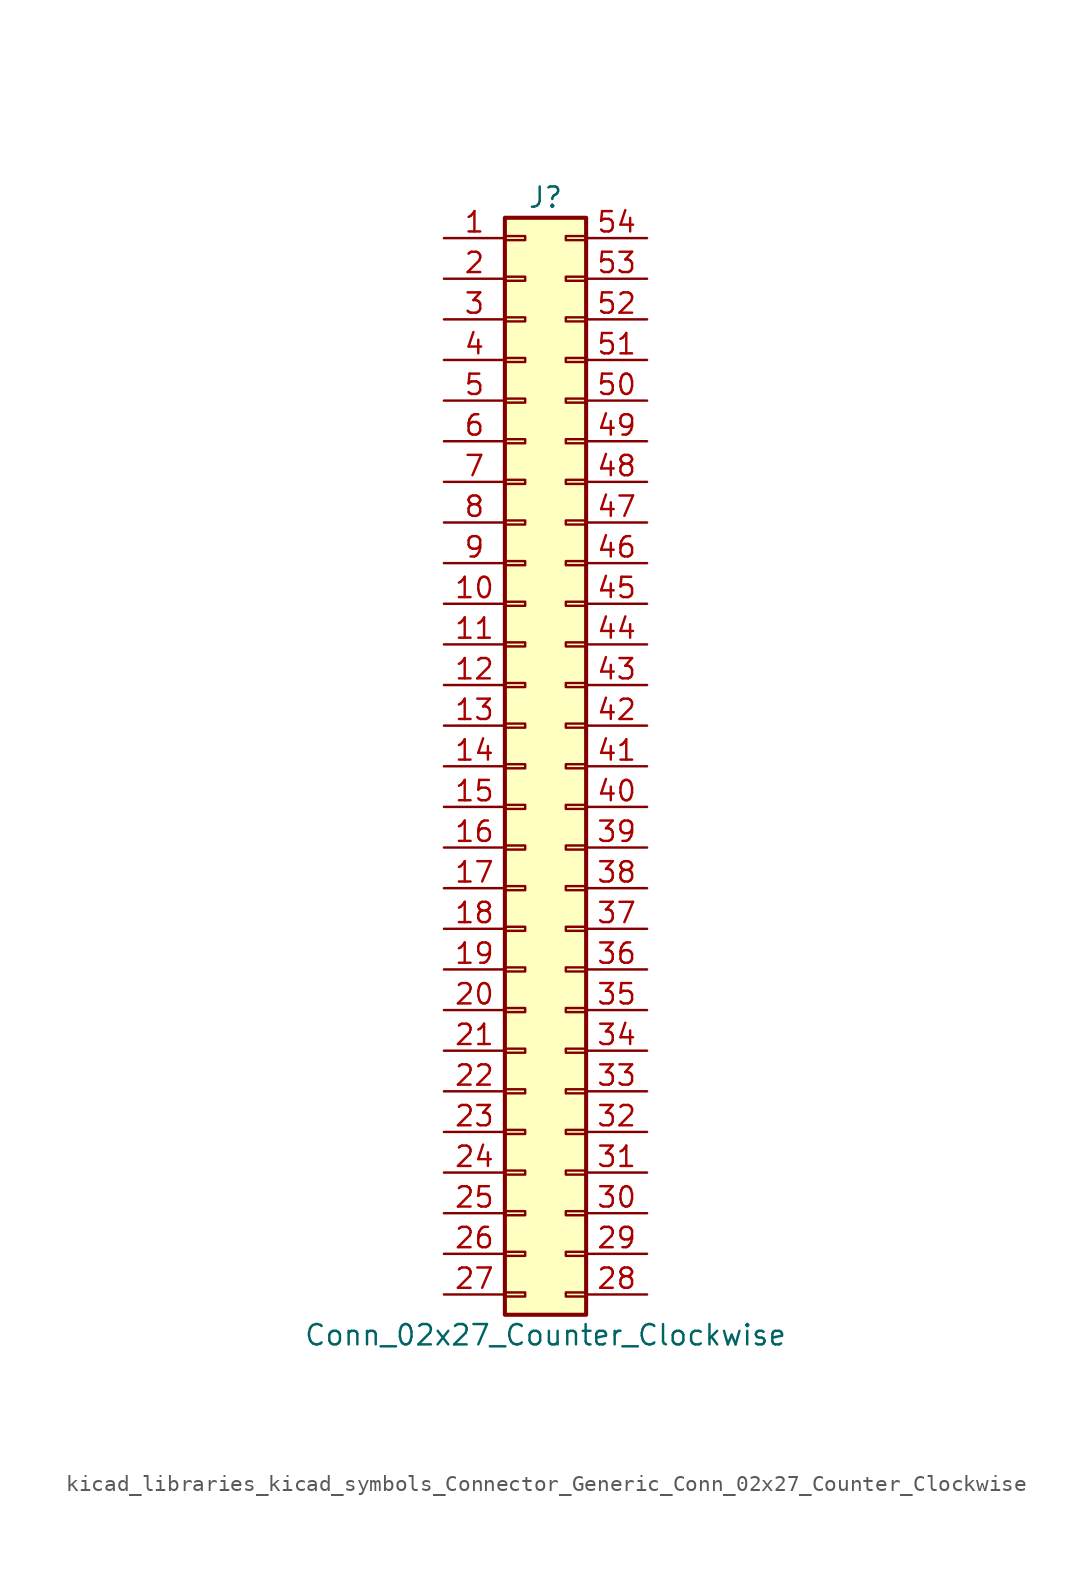
<source format=kicad_sym>
(kicad_symbol_lib
  (version 20220914)
  (generator kicad_symbol_editor)
  (symbol "kicad_libraries_kicad_symbols_Connector_Generic_Conn_02x27_Counter_Clockwise"
    (pin_names
      (offset 1.016) hide)
    (property "Reference" "J"
      (at 1.27 35.56 0)
      (effects (font (size 1.27 1.27))))
    (property "Value" "Conn_02x27_Counter_Clockwise"
      (at 1.27 -35.56 0)
      (effects (font (size 1.27 1.27))))
    (symbol "kicad_libraries_kicad_symbols_Connector_Generic_Conn_02x27_Counter_Clockwise_1_1"
      (rectangle (start -1.27 -32.893) (end 0 -33.147) (stroke (width 0.152) (type default)) (fill (type none)))
      (rectangle (start -1.27 -30.353) (end 0 -30.607) (stroke (width 0.152) (type default)) (fill (type none)))
      (rectangle (start -1.27 -27.813) (end 0 -28.067) (stroke (width 0.152) (type default)) (fill (type none)))
      (rectangle (start -1.27 -25.273) (end 0 -25.527) (stroke (width 0.152) (type default)) (fill (type none)))
      (rectangle (start -1.27 -22.733) (end 0 -22.987) (stroke (width 0.152) (type default)) (fill (type none)))
      (rectangle (start -1.27 -20.193) (end 0 -20.447) (stroke (width 0.152) (type default)) (fill (type none)))
      (rectangle (start -1.27 -17.653) (end 0 -17.907) (stroke (width 0.152) (type default)) (fill (type none)))
      (rectangle (start -1.27 -15.113) (end 0 -15.367) (stroke (width 0.152) (type default)) (fill (type none)))
      (rectangle (start -1.27 -12.573) (end 0 -12.827) (stroke (width 0.152) (type default)) (fill (type none)))
      (rectangle (start -1.27 -10.033) (end 0 -10.287) (stroke (width 0.152) (type default)) (fill (type none)))
      (rectangle (start -1.27 -7.493) (end 0 -7.747) (stroke (width 0.152) (type default)) (fill (type none)))
      (rectangle (start -1.27 -4.953) (end 0 -5.207) (stroke (width 0.152) (type default)) (fill (type none)))
      (rectangle (start -1.27 -2.413) (end 0 -2.667) (stroke (width 0.152) (type default)) (fill (type none)))
      (rectangle (start -1.27 0.127) (end 0 -0.127) (stroke (width 0.152) (type default)) (fill (type none)))
      (rectangle (start -1.27 2.667) (end 0 2.413) (stroke (width 0.152) (type default)) (fill (type none)))
      (rectangle (start -1.27 5.207) (end 0 4.953) (stroke (width 0.152) (type default)) (fill (type none)))
      (rectangle (start -1.27 7.747) (end 0 7.493) (stroke (width 0.152) (type default)) (fill (type none)))
      (rectangle (start -1.27 10.287) (end 0 10.033) (stroke (width 0.152) (type default)) (fill (type none)))
      (rectangle (start -1.27 12.827) (end 0 12.573) (stroke (width 0.152) (type default)) (fill (type none)))
      (rectangle (start -1.27 15.367) (end 0 15.113) (stroke (width 0.152) (type default)) (fill (type none)))
      (rectangle (start -1.27 17.907) (end 0 17.653) (stroke (width 0.152) (type default)) (fill (type none)))
      (rectangle (start -1.27 20.447) (end 0 20.193) (stroke (width 0.152) (type default)) (fill (type none)))
      (rectangle (start -1.27 22.987) (end 0 22.733) (stroke (width 0.152) (type default)) (fill (type none)))
      (rectangle (start -1.27 25.527) (end 0 25.273) (stroke (width 0.152) (type default)) (fill (type none)))
      (rectangle (start -1.27 28.067) (end 0 27.813) (stroke (width 0.152) (type default)) (fill (type none)))
      (rectangle (start -1.27 30.607) (end 0 30.353) (stroke (width 0.152) (type default)) (fill (type none)))
      (rectangle (start -1.27 33.147) (end 0 32.893) (stroke (width 0.152) (type default)) (fill (type none)))
      (rectangle (start -1.27 34.29) (end 3.81 -34.29) (stroke (width 0.254) (type default)) (fill (type background)))
      (rectangle (start 3.81 -32.893) (end 2.54 -33.147) (stroke (width 0.152) (type default)) (fill (type none)))
      (rectangle (start 3.81 -30.353) (end 2.54 -30.607) (stroke (width 0.152) (type default)) (fill (type none)))
      (rectangle (start 3.81 -27.813) (end 2.54 -28.067) (stroke (width 0.152) (type default)) (fill (type none)))
      (rectangle (start 3.81 -25.273) (end 2.54 -25.527) (stroke (width 0.152) (type default)) (fill (type none)))
      (rectangle (start 3.81 -22.733) (end 2.54 -22.987) (stroke (width 0.152) (type default)) (fill (type none)))
      (rectangle (start 3.81 -20.193) (end 2.54 -20.447) (stroke (width 0.152) (type default)) (fill (type none)))
      (rectangle (start 3.81 -17.653) (end 2.54 -17.907) (stroke (width 0.152) (type default)) (fill (type none)))
      (rectangle (start 3.81 -15.113) (end 2.54 -15.367) (stroke (width 0.152) (type default)) (fill (type none)))
      (rectangle (start 3.81 -12.573) (end 2.54 -12.827) (stroke (width 0.152) (type default)) (fill (type none)))
      (rectangle (start 3.81 -10.033) (end 2.54 -10.287) (stroke (width 0.152) (type default)) (fill (type none)))
      (rectangle (start 3.81 -7.493) (end 2.54 -7.747) (stroke (width 0.152) (type default)) (fill (type none)))
      (rectangle (start 3.81 -4.953) (end 2.54 -5.207) (stroke (width 0.152) (type default)) (fill (type none)))
      (rectangle (start 3.81 -2.413) (end 2.54 -2.667) (stroke (width 0.152) (type default)) (fill (type none)))
      (rectangle (start 3.81 0.127) (end 2.54 -0.127) (stroke (width 0.152) (type default)) (fill (type none)))
      (rectangle (start 3.81 2.667) (end 2.54 2.413) (stroke (width 0.152) (type default)) (fill (type none)))
      (rectangle (start 3.81 5.207) (end 2.54 4.953) (stroke (width 0.152) (type default)) (fill (type none)))
      (rectangle (start 3.81 7.747) (end 2.54 7.493) (stroke (width 0.152) (type default)) (fill (type none)))
      (rectangle (start 3.81 10.287) (end 2.54 10.033) (stroke (width 0.152) (type default)) (fill (type none)))
      (rectangle (start 3.81 12.827) (end 2.54 12.573) (stroke (width 0.152) (type default)) (fill (type none)))
      (rectangle (start 3.81 15.367) (end 2.54 15.113) (stroke (width 0.152) (type default)) (fill (type none)))
      (rectangle (start 3.81 17.907) (end 2.54 17.653) (stroke (width 0.152) (type default)) (fill (type none)))
      (rectangle (start 3.81 20.447) (end 2.54 20.193) (stroke (width 0.152) (type default)) (fill (type none)))
      (rectangle (start 3.81 22.987) (end 2.54 22.733) (stroke (width 0.152) (type default)) (fill (type none)))
      (rectangle (start 3.81 25.527) (end 2.54 25.273) (stroke (width 0.152) (type default)) (fill (type none)))
      (rectangle (start 3.81 28.067) (end 2.54 27.813) (stroke (width 0.152) (type default)) (fill (type none)))
      (rectangle (start 3.81 30.607) (end 2.54 30.353) (stroke (width 0.152) (type default)) (fill (type none)))
      (rectangle (start 3.81 33.147) (end 2.54 32.893) (stroke (width 0.152) (type default)) (fill (type none)))
      (pin passive line (at -5.08 33.02 0) (length 3.81) (name "Pin_1" (effects (font (size 1.27 1.27)))) (number "1" (effects (font (size 1.27 1.27)))))
      (pin passive line (at -5.08 10.16 0) (length 3.81) (name "Pin_10" (effects (font (size 1.27 1.27)))) (number "10" (effects (font (size 1.27 1.27)))))
      (pin passive line (at -5.08 7.62 0) (length 3.81) (name "Pin_11" (effects (font (size 1.27 1.27)))) (number "11" (effects (font (size 1.27 1.27)))))
      (pin passive line (at -5.08 5.08 0) (length 3.81) (name "Pin_12" (effects (font (size 1.27 1.27)))) (number "12" (effects (font (size 1.27 1.27)))))
      (pin passive line (at -5.08 2.54 0) (length 3.81) (name "Pin_13" (effects (font (size 1.27 1.27)))) (number "13" (effects (font (size 1.27 1.27)))))
      (pin passive line (at -5.08 0 0) (length 3.81) (name "Pin_14" (effects (font (size 1.27 1.27)))) (number "14" (effects (font (size 1.27 1.27)))))
      (pin passive line (at -5.08 -2.54 0) (length 3.81) (name "Pin_15" (effects (font (size 1.27 1.27)))) (number "15" (effects (font (size 1.27 1.27)))))
      (pin passive line (at -5.08 -5.08 0) (length 3.81) (name "Pin_16" (effects (font (size 1.27 1.27)))) (number "16" (effects (font (size 1.27 1.27)))))
      (pin passive line (at -5.08 -7.62 0) (length 3.81) (name "Pin_17" (effects (font (size 1.27 1.27)))) (number "17" (effects (font (size 1.27 1.27)))))
      (pin passive line (at -5.08 -10.16 0) (length 3.81) (name "Pin_18" (effects (font (size 1.27 1.27)))) (number "18" (effects (font (size 1.27 1.27)))))
      (pin passive line (at -5.08 -12.7 0) (length 3.81) (name "Pin_19" (effects (font (size 1.27 1.27)))) (number "19" (effects (font (size 1.27 1.27)))))
      (pin passive line (at -5.08 30.48 0) (length 3.81) (name "Pin_2" (effects (font (size 1.27 1.27)))) (number "2" (effects (font (size 1.27 1.27)))))
      (pin passive line (at -5.08 -15.24 0) (length 3.81) (name "Pin_20" (effects (font (size 1.27 1.27)))) (number "20" (effects (font (size 1.27 1.27)))))
      (pin passive line (at -5.08 -17.78 0) (length 3.81) (name "Pin_21" (effects (font (size 1.27 1.27)))) (number "21" (effects (font (size 1.27 1.27)))))
      (pin passive line (at -5.08 -20.32 0) (length 3.81) (name "Pin_22" (effects (font (size 1.27 1.27)))) (number "22" (effects (font (size 1.27 1.27)))))
      (pin passive line (at -5.08 -22.86 0) (length 3.81) (name "Pin_23" (effects (font (size 1.27 1.27)))) (number "23" (effects (font (size 1.27 1.27)))))
      (pin passive line (at -5.08 -25.4 0) (length 3.81) (name "Pin_24" (effects (font (size 1.27 1.27)))) (number "24" (effects (font (size 1.27 1.27)))))
      (pin passive line (at -5.08 -27.94 0) (length 3.81) (name "Pin_25" (effects (font (size 1.27 1.27)))) (number "25" (effects (font (size 1.27 1.27)))))
      (pin passive line (at -5.08 -30.48 0) (length 3.81) (name "Pin_26" (effects (font (size 1.27 1.27)))) (number "26" (effects (font (size 1.27 1.27)))))
      (pin passive line (at -5.08 -33.02 0) (length 3.81) (name "Pin_27" (effects (font (size 1.27 1.27)))) (number "27" (effects (font (size 1.27 1.27)))))
      (pin passive line (at 7.62 -33.02 180) (length 3.81) (name "Pin_28" (effects (font (size 1.27 1.27)))) (number "28" (effects (font (size 1.27 1.27)))))
      (pin passive line (at 7.62 -30.48 180) (length 3.81) (name "Pin_29" (effects (font (size 1.27 1.27)))) (number "29" (effects (font (size 1.27 1.27)))))
      (pin passive line (at -5.08 27.94 0) (length 3.81) (name "Pin_3" (effects (font (size 1.27 1.27)))) (number "3" (effects (font (size 1.27 1.27)))))
      (pin passive line (at 7.62 -27.94 180) (length 3.81) (name "Pin_30" (effects (font (size 1.27 1.27)))) (number "30" (effects (font (size 1.27 1.27)))))
      (pin passive line (at 7.62 -25.4 180) (length 3.81) (name "Pin_31" (effects (font (size 1.27 1.27)))) (number "31" (effects (font (size 1.27 1.27)))))
      (pin passive line (at 7.62 -22.86 180) (length 3.81) (name "Pin_32" (effects (font (size 1.27 1.27)))) (number "32" (effects (font (size 1.27 1.27)))))
      (pin passive line (at 7.62 -20.32 180) (length 3.81) (name "Pin_33" (effects (font (size 1.27 1.27)))) (number "33" (effects (font (size 1.27 1.27)))))
      (pin passive line (at 7.62 -17.78 180) (length 3.81) (name "Pin_34" (effects (font (size 1.27 1.27)))) (number "34" (effects (font (size 1.27 1.27)))))
      (pin passive line (at 7.62 -15.24 180) (length 3.81) (name "Pin_35" (effects (font (size 1.27 1.27)))) (number "35" (effects (font (size 1.27 1.27)))))
      (pin passive line (at 7.62 -12.7 180) (length 3.81) (name "Pin_36" (effects (font (size 1.27 1.27)))) (number "36" (effects (font (size 1.27 1.27)))))
      (pin passive line (at 7.62 -10.16 180) (length 3.81) (name "Pin_37" (effects (font (size 1.27 1.27)))) (number "37" (effects (font (size 1.27 1.27)))))
      (pin passive line (at 7.62 -7.62 180) (length 3.81) (name "Pin_38" (effects (font (size 1.27 1.27)))) (number "38" (effects (font (size 1.27 1.27)))))
      (pin passive line (at 7.62 -5.08 180) (length 3.81) (name "Pin_39" (effects (font (size 1.27 1.27)))) (number "39" (effects (font (size 1.27 1.27)))))
      (pin passive line (at -5.08 25.4 0) (length 3.81) (name "Pin_4" (effects (font (size 1.27 1.27)))) (number "4" (effects (font (size 1.27 1.27)))))
      (pin passive line (at 7.62 -2.54 180) (length 3.81) (name "Pin_40" (effects (font (size 1.27 1.27)))) (number "40" (effects (font (size 1.27 1.27)))))
      (pin passive line (at 7.62 0 180) (length 3.81) (name "Pin_41" (effects (font (size 1.27 1.27)))) (number "41" (effects (font (size 1.27 1.27)))))
      (pin passive line (at 7.62 2.54 180) (length 3.81) (name "Pin_42" (effects (font (size 1.27 1.27)))) (number "42" (effects (font (size 1.27 1.27)))))
      (pin passive line (at 7.62 5.08 180) (length 3.81) (name "Pin_43" (effects (font (size 1.27 1.27)))) (number "43" (effects (font (size 1.27 1.27)))))
      (pin passive line (at 7.62 7.62 180) (length 3.81) (name "Pin_44" (effects (font (size 1.27 1.27)))) (number "44" (effects (font (size 1.27 1.27)))))
      (pin passive line (at 7.62 10.16 180) (length 3.81) (name "Pin_45" (effects (font (size 1.27 1.27)))) (number "45" (effects (font (size 1.27 1.27)))))
      (pin passive line (at 7.62 12.7 180) (length 3.81) (name "Pin_46" (effects (font (size 1.27 1.27)))) (number "46" (effects (font (size 1.27 1.27)))))
      (pin passive line (at 7.62 15.24 180) (length 3.81) (name "Pin_47" (effects (font (size 1.27 1.27)))) (number "47" (effects (font (size 1.27 1.27)))))
      (pin passive line (at 7.62 17.78 180) (length 3.81) (name "Pin_48" (effects (font (size 1.27 1.27)))) (number "48" (effects (font (size 1.27 1.27)))))
      (pin passive line (at 7.62 20.32 180) (length 3.81) (name "Pin_49" (effects (font (size 1.27 1.27)))) (number "49" (effects (font (size 1.27 1.27)))))
      (pin passive line (at -5.08 22.86 0) (length 3.81) (name "Pin_5" (effects (font (size 1.27 1.27)))) (number "5" (effects (font (size 1.27 1.27)))))
      (pin passive line (at 7.62 22.86 180) (length 3.81) (name "Pin_50" (effects (font (size 1.27 1.27)))) (number "50" (effects (font (size 1.27 1.27)))))
      (pin passive line (at 7.62 25.4 180) (length 3.81) (name "Pin_51" (effects (font (size 1.27 1.27)))) (number "51" (effects (font (size 1.27 1.27)))))
      (pin passive line (at 7.62 27.94 180) (length 3.81) (name "Pin_52" (effects (font (size 1.27 1.27)))) (number "52" (effects (font (size 1.27 1.27)))))
      (pin passive line (at 7.62 30.48 180) (length 3.81) (name "Pin_53" (effects (font (size 1.27 1.27)))) (number "53" (effects (font (size 1.27 1.27)))))
      (pin passive line (at 7.62 33.02 180) (length 3.81) (name "Pin_54" (effects (font (size 1.27 1.27)))) (number "54" (effects (font (size 1.27 1.27)))))
      (pin passive line (at -5.08 20.32 0) (length 3.81) (name "Pin_6" (effects (font (size 1.27 1.27)))) (number "6" (effects (font (size 1.27 1.27)))))
      (pin passive line (at -5.08 17.78 0) (length 3.81) (name "Pin_7" (effects (font (size 1.27 1.27)))) (number "7" (effects (font (size 1.27 1.27)))))
      (pin passive line (at -5.08 15.24 0) (length 3.81) (name "Pin_8" (effects (font (size 1.27 1.27)))) (number "8" (effects (font (size 1.27 1.27)))))
      (pin passive line (at -5.08 12.7 0) (length 3.81) (name "Pin_9" (effects (font (size 1.27 1.27)))) (number "9" (effects (font (size 1.27 1.27))))))))
</source>
